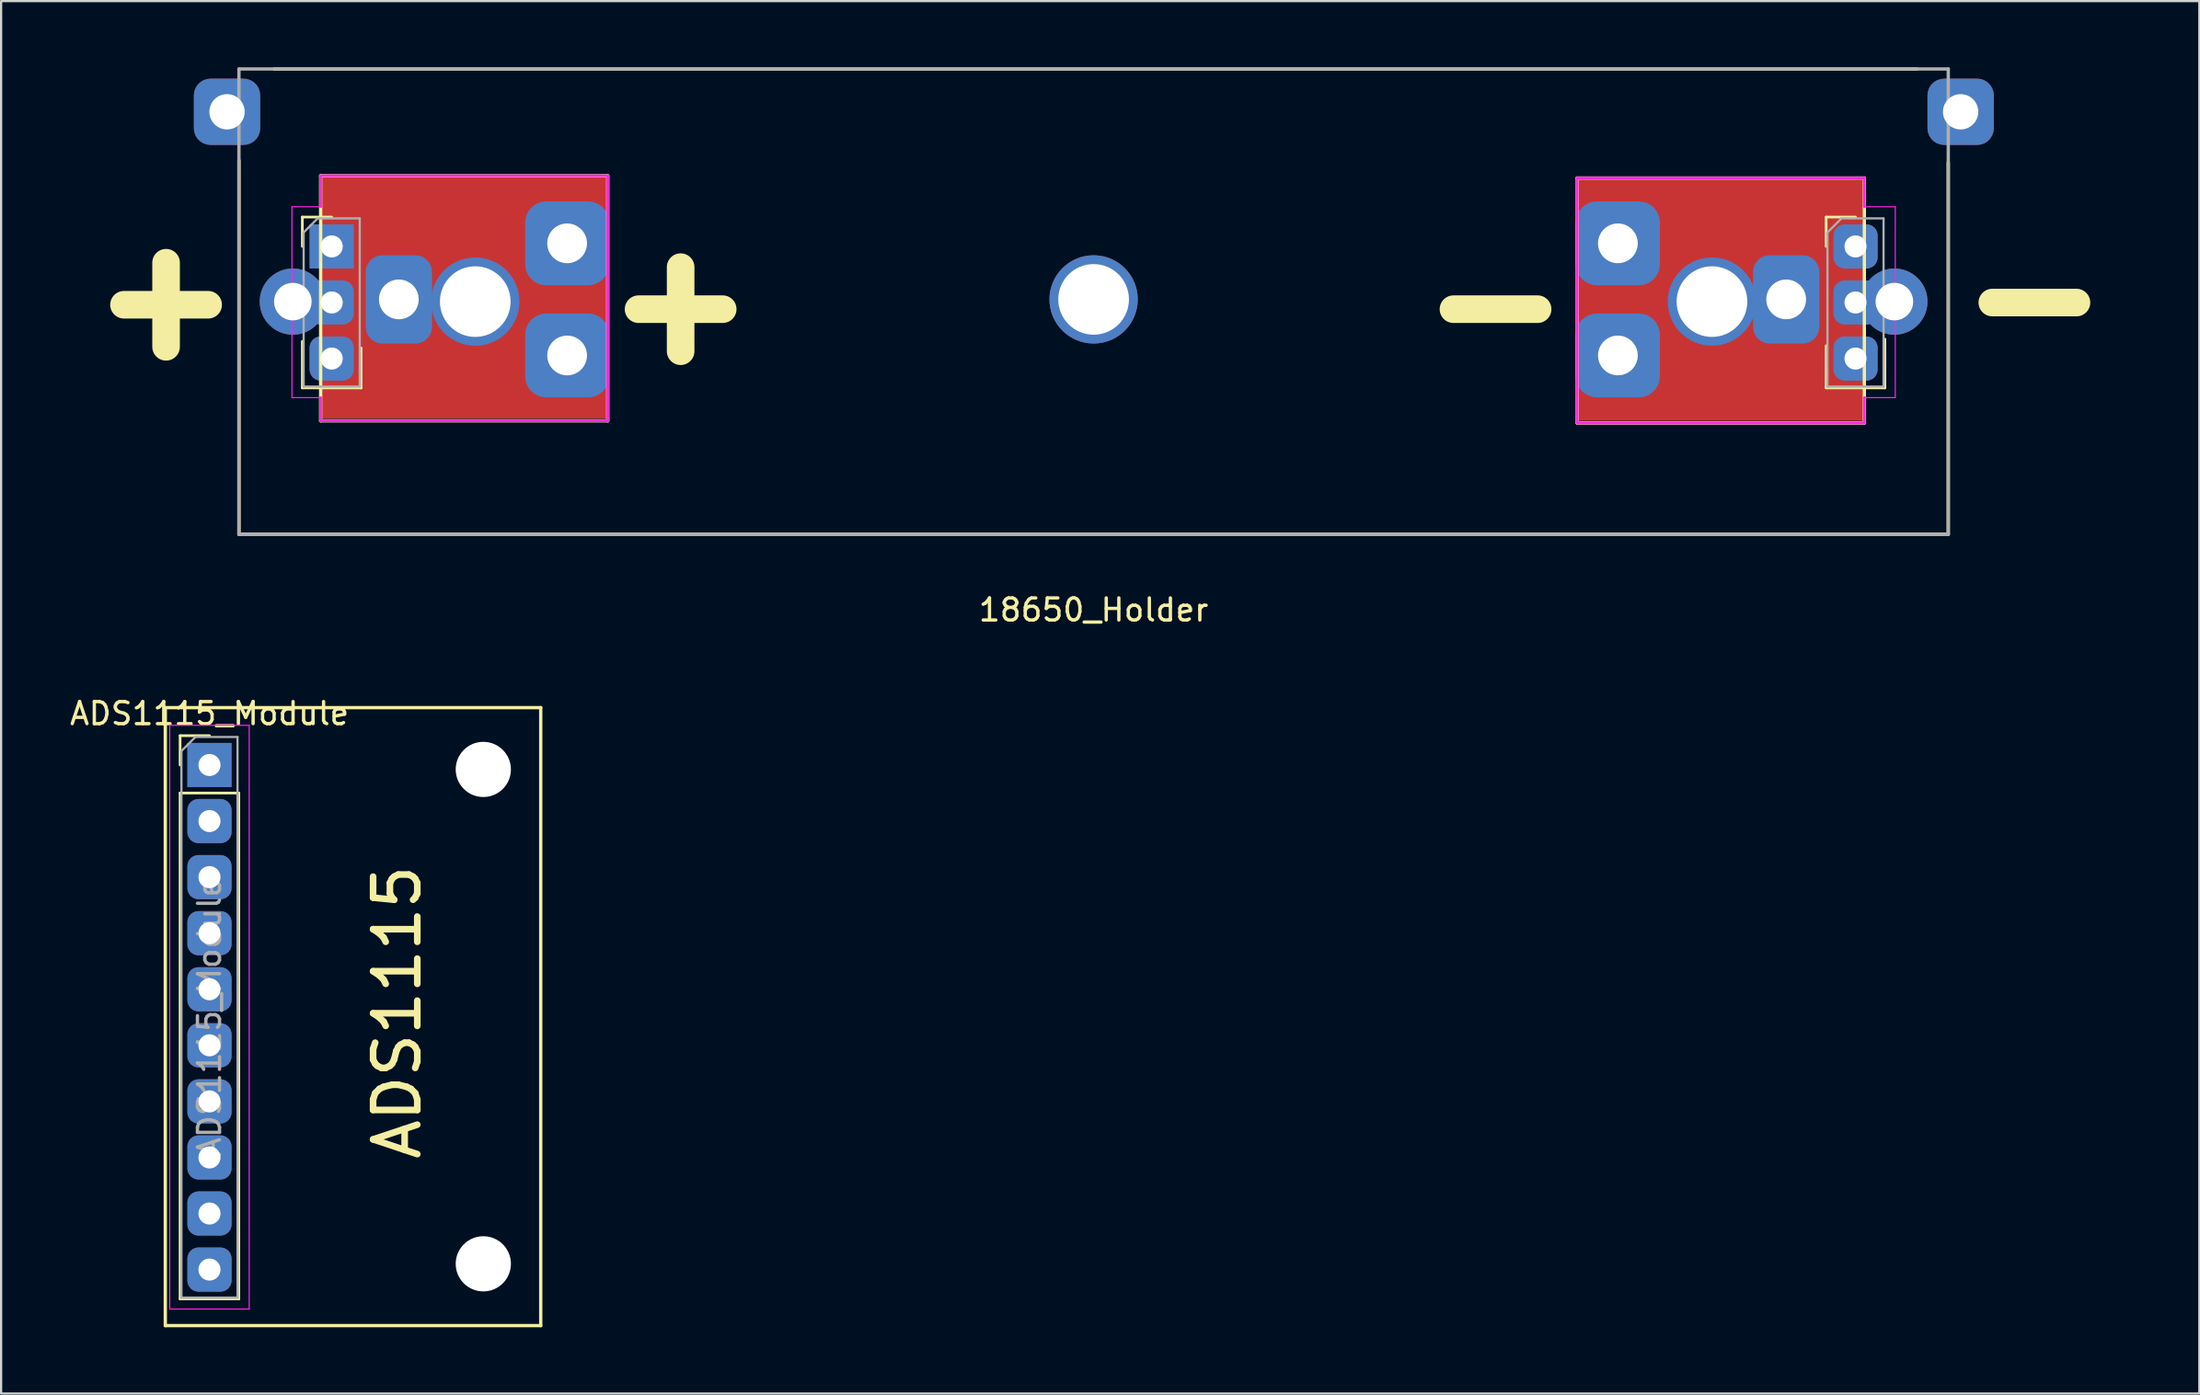
<source format=kicad_pcb>
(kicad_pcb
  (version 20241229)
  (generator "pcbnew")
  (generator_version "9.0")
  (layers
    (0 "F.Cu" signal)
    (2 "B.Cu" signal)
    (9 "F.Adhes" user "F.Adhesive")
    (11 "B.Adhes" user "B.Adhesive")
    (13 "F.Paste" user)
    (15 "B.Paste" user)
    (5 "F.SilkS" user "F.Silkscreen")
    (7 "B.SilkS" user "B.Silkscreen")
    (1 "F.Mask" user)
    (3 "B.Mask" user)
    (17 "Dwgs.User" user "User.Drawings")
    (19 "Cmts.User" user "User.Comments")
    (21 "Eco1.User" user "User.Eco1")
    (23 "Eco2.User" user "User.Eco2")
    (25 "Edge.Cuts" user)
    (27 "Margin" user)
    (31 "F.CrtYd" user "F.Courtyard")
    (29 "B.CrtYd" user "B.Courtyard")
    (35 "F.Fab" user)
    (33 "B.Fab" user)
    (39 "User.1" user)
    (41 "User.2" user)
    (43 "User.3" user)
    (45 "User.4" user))
  (footprint "18650_Holder"
    (layer "F.Cu")
    (at 46.47 10.615)
    (property "Reference" "18650_Holder" (at 0 13.97 0) (layer "F.SilkS") (effects (font (size 1 1) (thickness 0.15))))
    (attr through_hole)
    (fp_line (start -38.7 -6.4) (end -38.7 10.54) (stroke (width 0.15) (type solid)) (layer "F.SilkS"))
    (fp_line (start -38.7 10.54) (end 38.7 10.54) (stroke (width 0.15) (type solid)) (layer "F.SilkS"))
    (fp_line (start -37.1 -10.54) (end 37.3 -10.54) (stroke (width 0.15) (type solid)) (layer "F.SilkS"))
    (fp_line (start -35.83 -3.83) (end -34.5 -3.83) (stroke (width 0.12) (type solid)) (layer "F.SilkS"))
    (fp_line (start -35.83 -2.5) (end -35.83 -3.83) (stroke (width 0.12) (type solid)) (layer "F.SilkS"))
    (fp_line (start -35.83 1.8) (end -35.83 3.91) (stroke (width 0.12) (type solid)) (layer "F.SilkS"))
    (fp_line (start -35.83 3.91) (end -33.17 3.91) (stroke (width 0.12) (type solid)) (layer "F.SilkS"))
    (fp_line (start -35 -5.7) (end -22 -5.7) (stroke (width 0.15) (type solid)) (layer "F.SilkS"))
    (fp_line (start -35 5.4) (end -35 -5.7) (stroke (width 0.15) (type solid)) (layer "F.SilkS"))
    (fp_line (start -33.17 2.1) (end -33.17 3.91) (stroke (width 0.12) (type solid)) (layer "F.SilkS"))
    (fp_line (start -22 -5.7) (end -22 5.4) (stroke (width 0.15) (type solid)) (layer "F.SilkS"))
    (fp_line (start -22 5.4) (end -35 5.4) (stroke (width 0.15) (type solid)) (layer "F.SilkS"))
    (fp_line (start 21.9 -5.6) (end 34.9 -5.6) (stroke (width 0.15) (type solid)) (layer "F.SilkS"))
    (fp_line (start 21.9 5.5) (end 21.9 -5.6) (stroke (width 0.15) (type solid)) (layer "F.SilkS"))
    (fp_line (start 33.17 -3.83) (end 34.5 -3.83) (stroke (width 0.12) (type solid)) (layer "F.SilkS"))
    (fp_line (start 33.17 -2.5) (end 33.17 -3.83) (stroke (width 0.12) (type solid)) (layer "F.SilkS"))
    (fp_line (start 33.17 2) (end 33.17 3.91) (stroke (width 0.12) (type solid)) (layer "F.SilkS"))
    (fp_line (start 33.17 3.91) (end 35.83 3.91) (stroke (width 0.12) (type solid)) (layer "F.SilkS"))
    (fp_line (start 34.9 -5.6) (end 34.9 5.5) (stroke (width 0.15) (type solid)) (layer "F.SilkS"))
    (fp_line (start 34.9 5.5) (end 21.9 5.5) (stroke (width 0.15) (type solid)) (layer "F.SilkS"))
    (fp_line (start 35.83 1.7) (end 35.83 3.91) (stroke (width 0.12) (type solid)) (layer "F.SilkS"))
    (fp_line (start 38.7 -6.3) (end 38.7 10.54) (stroke (width 0.15) (type solid)) (layer "F.SilkS"))
    (fp_line (start -36 -4) (end -33 -4) (stroke (width 0.12) (type solid)) (layer "Eco2.User"))
    (fp_line (start -36 4) (end -36 -4) (stroke (width 0.12) (type solid)) (layer "Eco2.User"))
    (fp_line (start -33 -4) (end -33 4) (stroke (width 0.12) (type solid)) (layer "Eco2.User"))
    (fp_line (start -33 4) (end -36 4) (stroke (width 0.12) (type solid)) (layer "Eco2.User"))
    (fp_line (start -31.5 -8.3) (end -22 -8.3) (stroke (width 0.12) (type solid)) (layer "Eco2.User"))
    (fp_line (start -31.5 8.1) (end -31.5 -8.3) (stroke (width 0.12) (type solid)) (layer "Eco2.User"))
    (fp_line (start -22 -8.3) (end -22 5.4) (stroke (width 0.12) (type solid)) (layer "Eco2.User"))
    (fp_line (start -22 5.4) (end -22 8.1) (stroke (width 0.12) (type solid)) (layer "Eco2.User"))
    (fp_line (start -22 8.1) (end -31.5 8.1) (stroke (width 0.12) (type solid)) (layer "Eco2.User"))
    (fp_line (start 21.9 -8.3) (end 31.4 -8.3) (stroke (width 0.12) (type solid)) (layer "Eco2.User"))
    (fp_line (start 21.9 -5.6) (end 21.9 -8.3) (stroke (width 0.12) (type solid)) (layer "Eco2.User"))
    (fp_line (start 21.9 8.1) (end 21.9 -5.6) (stroke (width 0.12) (type solid)) (layer "Eco2.User"))
    (fp_line (start 31.4 -8.3) (end 31.4 8.1) (stroke (width 0.12) (type solid)) (layer "Eco2.User"))
    (fp_line (start 31.4 8.1) (end 21.9 8.1) (stroke (width 0.12) (type solid)) (layer "Eco2.User"))
    (fp_line (start 33 -4) (end 36 -4) (stroke (width 0.12) (type solid)) (layer "Eco2.User"))
    (fp_line (start 33 4) (end 33 -4) (stroke (width 0.12) (type solid)) (layer "Eco2.User"))
    (fp_line (start 36 -4) (end 36 4) (stroke (width 0.12) (type solid)) (layer "Eco2.User"))
    (fp_line (start 36 4) (end 33 4) (stroke (width 0.12) (type solid)) (layer "Eco2.User"))
    (fp_line (start -36.3 -4.3) (end -36.3 4.35) (stroke (width 0.05) (type solid)) (layer "F.CrtYd"))
    (fp_line (start -36.3 4.35) (end -35 4.35) (stroke (width 0.05) (type solid)) (layer "F.CrtYd"))
    (fp_line (start -35 -5.7) (end -22 -5.7) (stroke (width 0.12) (type solid)) (layer "F.CrtYd"))
    (fp_line (start -35 -4.3) (end -36.3 -4.3) (stroke (width 0.05) (type solid)) (layer "F.CrtYd"))
    (fp_line (start -35 -4.3) (end -35 -5.7) (stroke (width 0.12) (type solid)) (layer "F.CrtYd"))
    (fp_line (start -35 5.4) (end -35 4.35) (stroke (width 0.12) (type solid)) (layer "F.CrtYd"))
    (fp_line (start -22 -5.7) (end -22 5.4) (stroke (width 0.12) (type solid)) (layer "F.CrtYd"))
    (fp_line (start -22 5.4) (end -35 5.4) (stroke (width 0.12) (type solid)) (layer "F.CrtYd"))
    (fp_line (start 21.9 -5.6) (end 34.9 -5.6) (stroke (width 0.12) (type solid)) (layer "F.CrtYd"))
    (fp_line (start 21.9 5.5) (end 21.9 -5.6) (stroke (width 0.12) (type solid)) (layer "F.CrtYd"))
    (fp_line (start 34.9 -5.6) (end 34.9 -4.3) (stroke (width 0.12) (type solid)) (layer "F.CrtYd"))
    (fp_line (start 34.9 4.35) (end 34.9 5.5) (stroke (width 0.12) (type solid)) (layer "F.CrtYd"))
    (fp_line (start 34.9 4.35) (end 36.3 4.35) (stroke (width 0.05) (type solid)) (layer "F.CrtYd"))
    (fp_line (start 34.9 5.5) (end 21.9 5.5) (stroke (width 0.12) (type solid)) (layer "F.CrtYd"))
    (fp_line (start 36.3 -4.3) (end 34.9 -4.3) (stroke (width 0.05) (type solid)) (layer "F.CrtYd"))
    (fp_line (start 36.3 4.35) (end 36.3 -4.3) (stroke (width 0.05) (type solid)) (layer "F.CrtYd"))
    (fp_line (start -38.7 -10.54) (end -38.7 10.54) (stroke (width 0.15) (type solid)) (layer "F.Fab"))
    (fp_line (start -38.7 -10.54) (end 38.7 -10.54) (stroke (width 0.15) (type solid)) (layer "F.Fab"))
    (fp_line (start -38.7 10.54) (end 38.7 10.54) (stroke (width 0.15) (type solid)) (layer "F.Fab"))
    (fp_line (start -35.77 -3.135) (end -35.135 -3.77) (stroke (width 0.1) (type solid)) (layer "F.Fab"))
    (fp_line (start -35.77 3.85) (end -35.77 -3.135) (stroke (width 0.1) (type solid)) (layer "F.Fab"))
    (fp_line (start -35.135 -3.77) (end -33.23 -3.77) (stroke (width 0.1) (type solid)) (layer "F.Fab"))
    (fp_line (start -33.23 -3.77) (end -33.23 3.85) (stroke (width 0.1) (type solid)) (layer "F.Fab"))
    (fp_line (start -33.23 3.85) (end -35.77 3.85) (stroke (width 0.1) (type solid)) (layer "F.Fab"))
    (fp_line (start 33.23 -3.135) (end 33.865 -3.77) (stroke (width 0.1) (type solid)) (layer "F.Fab"))
    (fp_line (start 33.23 3.85) (end 33.23 -3.135) (stroke (width 0.1) (type solid)) (layer "F.Fab"))
    (fp_line (start 33.865 -3.77) (end 35.77 -3.77) (stroke (width 0.1) (type solid)) (layer "F.Fab"))
    (fp_line (start 35.77 -3.77) (end 35.77 3.85) (stroke (width 0.1) (type solid)) (layer "F.Fab"))
    (fp_line (start 35.77 3.85) (end 33.23 3.85) (stroke (width 0.1) (type solid)) (layer "F.Fab"))
    (fp_line (start 38.7 -10.54) (end 38.7 10.54) (stroke (width 0.15) (type solid)) (layer "F.Fab"))
    (fp_text user "+" (at -42 -0.2 0) (layer "F.SilkS") (effects (font (size 5 5) (thickness 1.25))))
    (fp_text user "-" (at 18.2 0 0) (layer "F.SilkS") (effects (font (size 5 5) (thickness 1.25))))
    (fp_text user "+" (at -18.7 0 0) (layer "F.SilkS") (effects (font (size 5 5) (thickness 1.25))))
    (fp_text user "-" (at 42.6 -0.3 0) (layer "F.SilkS") (effects (font (size 5 5) (thickness 1.25))))
    (pad "" thru_hole roundrect (at -39.24 -8.6) (size 3 3) (drill 1.6) (layers "*.Cu" "*.Mask") (roundrect_rratio 0.25))
    (pad "" np_thru_hole circle (at 0 -0.1 180) (size 4 4) (drill 3.2) (layers "*.Cu" "*.Mask"))
    (pad "" thru_hole roundrect (at 39.26 -8.6) (size 3 3) (drill 1.6) (layers "*.Cu" "*.Mask") (roundrect_rratio 0.25))
    (pad "1" thru_hole circle (at -36.26 0) (size 3 3) (drill 1.7) (layers "*.Cu" "*.Mask"))
    (pad "1" thru_hole rect (at -34.5 -2.5) (size 2 2) (drill 1) (layers "*.Cu" "*.Mask"))
    (pad "1" thru_hole roundrect (at -34.5 0.04) (size 2 2) (drill 1) (layers "*.Cu" "*.Mask") (roundrect_rratio 0.25))
    (pad "1" thru_hole roundrect (at -34.5 2.58) (size 2 2) (drill 1) (layers "*.Cu" "*.Mask") (roundrect_rratio 0.25))
    (pad "1" thru_hole roundrect (at -31.46 -0.1 180) (size 3 4) (drill 1.8) (layers "*.Cu" "*.Mask") (roundrect_rratio 0.25))
    (pad "1" smd rect (at -28.5 -0.2) (size 13 11) (layers "F.Cu"))
    (pad "1" thru_hole circle (at -28 0) (size 4 4) (drill 3.2) (layers "*.Cu" "*.Mask"))
    (pad "1" thru_hole roundrect (at -23.84 -2.64 180) (size 3.8 3.8) (drill 1.8) (layers "*.Cu" "*.Mask") (roundrect_rratio 0.25))
    (pad "1" thru_hole roundrect (at -23.84 2.44 180) (size 3.8 3.8) (drill 1.8) (layers "*.Cu" "*.Mask") (roundrect_rratio 0.25))
    (pad "2" thru_hole roundrect (at 23.74 -2.64) (size 3.8 3.8) (drill 1.8) (layers "*.Cu" "*.Mask") (roundrect_rratio 0.25))
    (pad "2" thru_hole roundrect (at 23.74 2.44) (size 3.8 3.8) (drill 1.8) (layers "*.Cu" "*.Mask") (roundrect_rratio 0.25))
    (pad "2" thru_hole circle (at 28 0) (size 4 4) (drill 3.2) (layers "*.Cu" "*.Mask"))
    (pad "2" smd rect (at 28.4 -0.1) (size 13 11) (layers "F.Cu"))
    (pad "2" thru_hole roundrect (at 31.36 -0.1) (size 3 4) (drill 1.8) (layers "*.Cu" "*.Mask") (roundrect_rratio 0.25))
    (pad "2" thru_hole roundrect (at 34.5 -2.5) (size 2 2) (drill 1) (layers "*.Cu" "*.Mask") (roundrect_rratio 0.25))
    (pad "2" thru_hole roundrect (at 34.5 0.04) (size 2 2) (drill 1) (layers "*.Cu" "*.Mask") (roundrect_rratio 0.25))
    (pad "2" thru_hole roundrect (at 34.5 2.58) (size 2 2) (drill 1) (layers "*.Cu" "*.Mask") (roundrect_rratio 0.25))
    (pad "2" thru_hole circle (at 36.26 0) (size 3 3) (drill 1.7) (layers "*.Cu" "*.Mask")))
  (footprint "ADS1115_Module"
    (layer "F.Cu")
    (at 6.835 31.611)
    (property "Reference" "ADS1115_Module" (at -0.4 -2.33 0) (layer "F.SilkS") (effects (font (size 1 1) (thickness 0.15))))
    (attr through_hole)
    (fp_line (start -2.4 -2.6) (end 14.6 -2.6) (stroke (width 0.15) (type solid)) (layer "F.SilkS"))
    (fp_line (start -2.4 25.4) (end -2.4 -2.6) (stroke (width 0.15) (type solid)) (layer "F.SilkS"))
    (fp_line (start -1.73 -1.33) (end -0.4 -1.33) (stroke (width 0.12) (type solid)) (layer "F.SilkS"))
    (fp_line (start -1.73 0) (end -1.73 -1.33) (stroke (width 0.12) (type solid)) (layer "F.SilkS"))
    (fp_line (start -1.73 1.27) (end -1.73 24.19) (stroke (width 0.12) (type solid)) (layer "F.SilkS"))
    (fp_line (start -1.73 1.27) (end 0.93 1.27) (stroke (width 0.12) (type solid)) (layer "F.SilkS"))
    (fp_line (start -1.73 24.19) (end 0.93 24.19) (stroke (width 0.12) (type solid)) (layer "F.SilkS"))
    (fp_line (start 0.93 1.27) (end 0.93 24.19) (stroke (width 0.12) (type solid)) (layer "F.SilkS"))
    (fp_line (start 14.6 -2.6) (end 14.6 25.4) (stroke (width 0.15) (type solid)) (layer "F.SilkS"))
    (fp_line (start 14.6 25.4) (end -2.4 25.4) (stroke (width 0.15) (type solid)) (layer "F.SilkS"))
    (fp_line (start -2.2 -1.8) (end -2.2 24.65) (stroke (width 0.05) (type solid)) (layer "F.CrtYd"))
    (fp_line (start -2.2 24.65) (end 1.4 24.65) (stroke (width 0.05) (type solid)) (layer "F.CrtYd"))
    (fp_line (start 1.4 -1.8) (end -2.2 -1.8) (stroke (width 0.05) (type solid)) (layer "F.CrtYd"))
    (fp_line (start 1.4 24.65) (end 1.4 -1.8) (stroke (width 0.05) (type solid)) (layer "F.CrtYd"))
    (fp_line (start -1.67 -0.635) (end -1.035 -1.27) (stroke (width 0.1) (type solid)) (layer "F.Fab"))
    (fp_line (start -1.67 24.13) (end -1.67 -0.635) (stroke (width 0.1) (type solid)) (layer "F.Fab"))
    (fp_line (start -1.035 -1.27) (end 0.87 -1.27) (stroke (width 0.1) (type solid)) (layer "F.Fab"))
    (fp_line (start 0.87 -1.27) (end 0.87 24.13) (stroke (width 0.1) (type solid)) (layer "F.Fab"))
    (fp_line (start 0.87 24.13) (end -1.67 24.13) (stroke (width 0.1) (type solid)) (layer "F.Fab"))
    (fp_text user "ADS1115" (at 8.1 11.2 90) (layer "F.SilkS") (effects (font (size 2 2) (thickness 0.3))))
    (fp_text user "${REFERENCE}" (at -0.4 11.43 90) (layer "F.Fab") (effects (font (size 1 1) (thickness 0.15))))
    (pad "" np_thru_hole circle (at 12 0.2) (size 2.5 2.5) (drill 2.5) (layers "*.Cu" "*.Mask"))
    (pad "" np_thru_hole circle (at 12 22.6) (size 2.5 2.5) (drill 2.5) (layers "*.Cu" "*.Mask"))
    (pad "1" thru_hole rect (at -0.4 0) (size 2 2) (drill 1) (layers "*.Cu" "*.Mask"))
    (pad "2" thru_hole roundrect (at -0.4 2.54) (size 2 2) (drill 1) (layers "*.Cu" "*.Mask") (roundrect_rratio 0.25))
    (pad "3" thru_hole roundrect (at -0.4 5.08) (size 2 2) (drill 1) (layers "*.Cu" "*.Mask") (roundrect_rratio 0.25))
    (pad "4" thru_hole roundrect (at -0.4 7.62) (size 2 2) (drill 1) (layers "*.Cu" "*.Mask") (roundrect_rratio 0.25))
    (pad "5" thru_hole roundrect (at -0.4 10.16) (size 2 2) (drill 1) (layers "*.Cu" "*.Mask") (roundrect_rratio 0.25))
    (pad "6" thru_hole roundrect (at -0.4 12.7) (size 2 2) (drill 1) (layers "*.Cu" "*.Mask") (roundrect_rratio 0.25))
    (pad "7" thru_hole roundrect (at -0.4 15.24) (size 2 2) (drill 1) (layers "*.Cu" "*.Mask") (roundrect_rratio 0.25))
    (pad "8" thru_hole roundrect (at -0.4 17.78) (size 2 2) (drill 1) (layers "*.Cu" "*.Mask") (roundrect_rratio 0.25))
    (pad "9" thru_hole roundrect (at -0.4 20.32) (size 2 2) (drill 1) (layers "*.Cu" "*.Mask") (roundrect_rratio 0.25))
    (pad "10" thru_hole roundrect (at -0.4 22.86) (size 2 2) (drill 1) (layers "*.Cu" "*.Mask") (roundrect_rratio 0.25)))
  (gr_rect
    (start -3 -3)
    (end 96.54 60.087)
    (stroke (width 0.1) (type default))
    (fill no)
    (layer "Edge.Cuts")))
</source>
